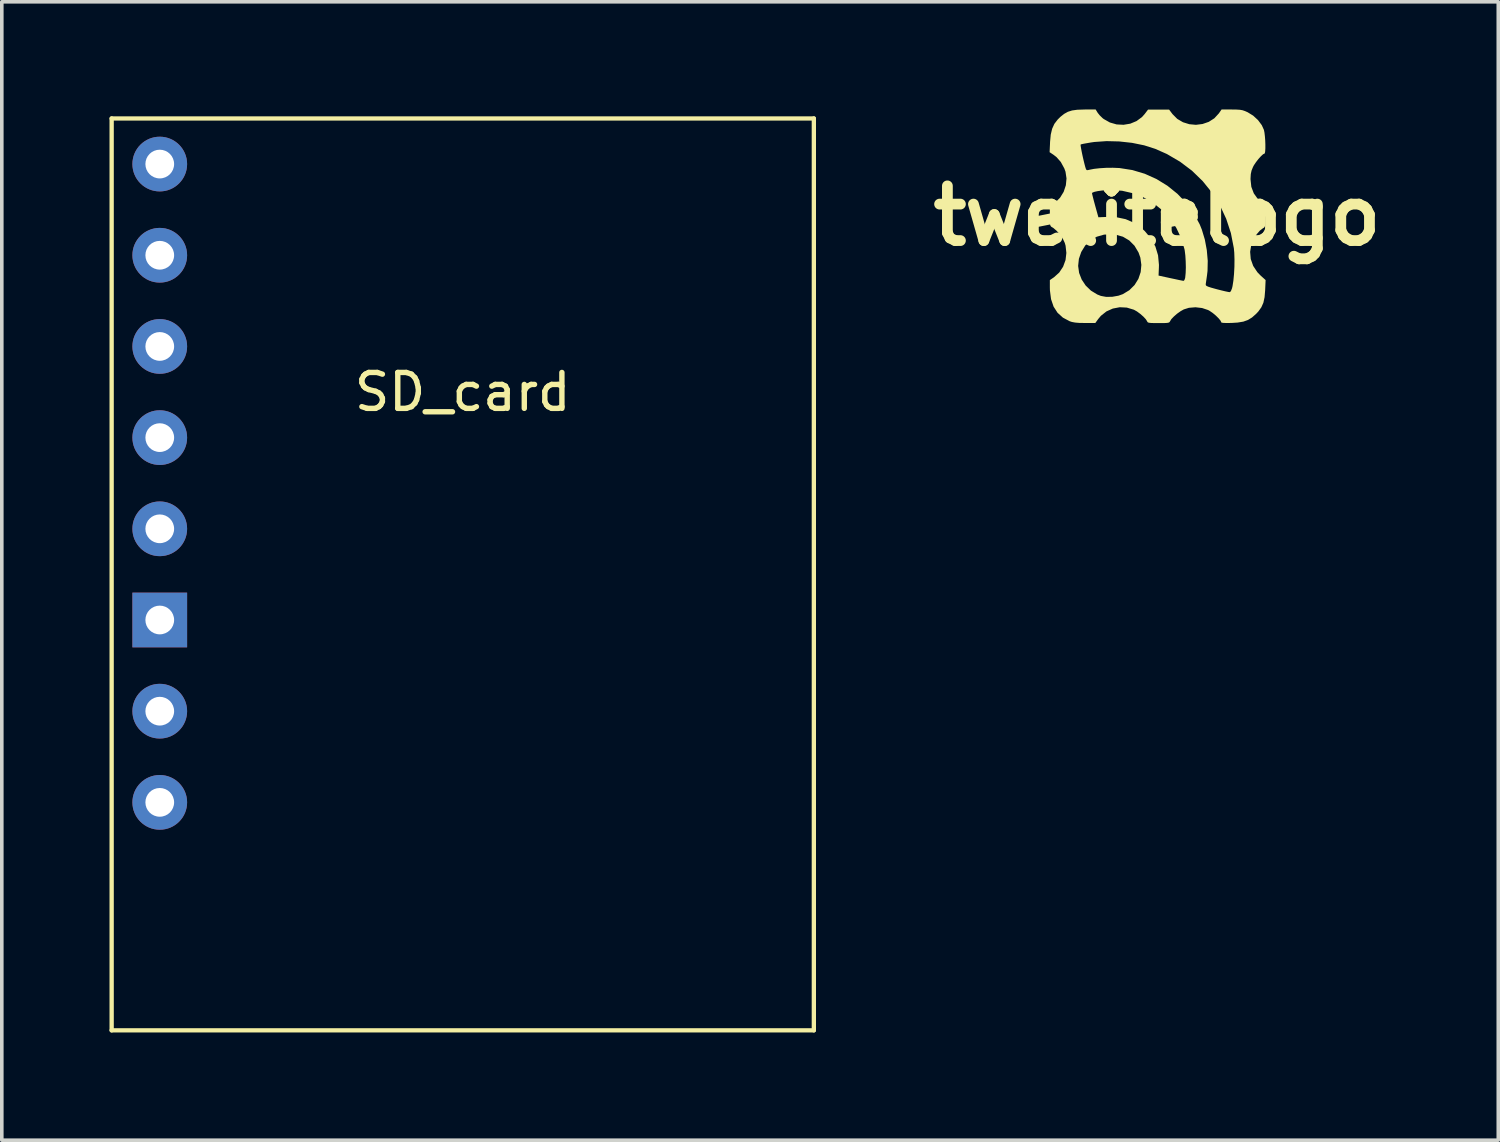
<source format=kicad_pcb>
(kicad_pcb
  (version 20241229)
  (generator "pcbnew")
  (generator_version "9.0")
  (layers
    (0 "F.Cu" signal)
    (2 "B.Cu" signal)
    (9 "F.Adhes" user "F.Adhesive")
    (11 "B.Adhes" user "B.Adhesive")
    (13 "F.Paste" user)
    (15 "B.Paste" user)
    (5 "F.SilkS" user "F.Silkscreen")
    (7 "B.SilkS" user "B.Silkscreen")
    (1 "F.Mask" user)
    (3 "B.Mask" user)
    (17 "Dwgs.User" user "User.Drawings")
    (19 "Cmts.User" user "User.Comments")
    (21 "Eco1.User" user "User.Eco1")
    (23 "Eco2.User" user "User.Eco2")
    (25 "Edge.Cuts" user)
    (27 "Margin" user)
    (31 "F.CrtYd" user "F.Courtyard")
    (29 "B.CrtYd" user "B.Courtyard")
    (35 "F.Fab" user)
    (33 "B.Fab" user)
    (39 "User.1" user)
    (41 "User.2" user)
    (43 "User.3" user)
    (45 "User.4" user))
  (footprint "SD_card"
    (layer "F.Cu")
    (at 9.84 0.25)
    (property "Reference" "SD_card" (at 0 7.62 0) (layer "F.SilkS") (effects (font (size 1 1) (thickness 0.15))))
    (attr through_hole)
    (fp_line (start -9.78 0) (end -9.78 25.4) (stroke (width 0.12) (type solid)) (layer "F.SilkS"))
    (fp_line (start -9.78 25.4) (end 9.78 25.4) (stroke (width 0.12) (type solid)) (layer "F.SilkS"))
    (fp_line (start 9.78 0) (end -9.78 0) (stroke (width 0.12) (type solid)) (layer "F.SilkS"))
    (fp_line (start 9.78 25.4) (end 9.78 0) (stroke (width 0.12) (type solid)) (layer "F.SilkS"))
    (pad "1" thru_hole circle (at -8.44 1.27) (size 1.524 1.524) (drill 0.8) (layers "*.Cu" "*.Mask"))
    (pad "2" thru_hole circle (at -8.44 3.81) (size 1.524 1.524) (drill 0.8) (layers "*.Cu" "*.Mask"))
    (pad "3" thru_hole circle (at -8.44 6.35) (size 1.524 1.524) (drill 0.8) (layers "*.Cu" "*.Mask"))
    (pad "4" thru_hole circle (at -8.44 8.89) (size 1.524 1.524) (drill 0.8) (layers "*.Cu" "*.Mask"))
    (pad "5" thru_hole circle (at -8.44 11.43) (size 1.524 1.524) (drill 0.8) (layers "*.Cu" "*.Mask"))
    (pad "6" thru_hole rect (at -8.44 13.97) (size 1.524 1.524) (drill 0.8) (layers "*.Cu" "*.Mask"))
    (pad "7" thru_hole circle (at -8.44 16.51) (size 1.524 1.524) (drill 0.8) (layers "*.Cu" "*.Mask"))
    (pad "8" thru_hole circle (at -8.44 19.05) (size 1.524 1.524) (drill 0.8) (layers "*.Cu" "*.Mask")))
  (footprint "twelitelogo"
    (layer "F.Cu")
    (at 29.182 2.962)
    (property "Reference" "twelitelogo" (at 0 0 0) (layer "F.SilkS") (effects (font (size 1.524 1.524) (thickness 0.3))))
    (attr board_only exclude_from_pos_files exclude_from_bom)
    (fp_poly (pts (xy -1.655 -2.869) (xy -1.597 -2.797) (xy -1.52 -2.722) (xy -1.488 -2.697) (xy -1.316 -2.6) (xy -1.128 -2.546) (xy -0.936 -2.536) (xy -0.748 -2.567) (xy -0.574 -2.639) (xy -0.422 -2.751) (xy -0.349 -2.833) (xy -0.253 -2.959) (xy 0.334 -2.959) (xy 0.429 -2.833) (xy 0.561 -2.7) (xy 0.72 -2.607) (xy 0.897 -2.552) (xy 1.081 -2.535) (xy 1.265 -2.558) (xy 1.439 -2.618) (xy 1.594 -2.717) (xy 1.72 -2.854) (xy 1.722 -2.857) (xy 1.795 -2.962) (xy 2.078 -2.962) (xy 2.211 -2.96) (xy 2.306 -2.954) (xy 2.381 -2.941) (xy 2.45 -2.917) (xy 2.522 -2.885) (xy 2.675 -2.791) (xy 2.81 -2.667) (xy 2.915 -2.526) (xy 2.975 -2.394) (xy 2.99 -2.319) (xy 3.002 -2.218) (xy 3.011 -2.103) (xy 3.015 -1.987) (xy 3.015 -1.88) (xy 3.01 -1.795) (xy 3 -1.744) (xy 2.991 -1.734) (xy 2.95 -1.714) (xy 2.891 -1.659) (xy 2.822 -1.583) (xy 2.754 -1.495) (xy 2.696 -1.409) (xy 2.671 -1.361) (xy 2.63 -1.26) (xy 2.609 -1.162) (xy 2.602 -1.04) (xy 2.602 -1.014) (xy 2.624 -0.808) (xy 2.693 -0.626) (xy 2.81 -0.462) (xy 2.883 -0.391) (xy 3.015 -0.272) (xy 3.015 0.02) (xy 3.014 0.148) (xy 3.012 0.233) (xy 3.004 0.286) (xy 2.99 0.317) (xy 2.966 0.337) (xy 2.944 0.349) (xy 2.861 0.413) (xy 2.775 0.512) (xy 2.697 0.631) (xy 2.639 0.753) (xy 2.625 0.794) (xy 2.591 1.002) (xy 2.608 1.204) (xy 2.676 1.395) (xy 2.792 1.57) (xy 2.883 1.664) (xy 3.022 1.789) (xy 3.009 2.075) (xy 2.993 2.266) (xy 2.96 2.42) (xy 2.903 2.548) (xy 2.819 2.665) (xy 2.757 2.731) (xy 2.644 2.831) (xy 2.53 2.901) (xy 2.401 2.947) (xy 2.244 2.973) (xy 2.088 2.983) (xy 1.953 2.986) (xy 1.854 2.983) (xy 1.798 2.976) (xy 1.788 2.968) (xy 1.767 2.921) (xy 1.713 2.855) (xy 1.637 2.78) (xy 1.55 2.707) (xy 1.462 2.647) (xy 1.42 2.624) (xy 1.252 2.568) (xy 1.068 2.547) (xy 0.886 2.562) (xy 0.742 2.607) (xy 0.652 2.658) (xy 0.555 2.727) (xy 0.466 2.805) (xy 0.396 2.878) (xy 0.36 2.937) (xy 0.359 2.937) (xy 0.348 2.959) (xy 0.323 2.974) (xy 0.277 2.983) (xy 0.198 2.987) (xy 0.078 2.988) (xy 0.04 2.988) (xy -0.092 2.987) (xy -0.18 2.984) (xy -0.234 2.977) (xy -0.263 2.964) (xy -0.277 2.944) (xy -0.279 2.937) (xy -0.315 2.88) (xy -0.382 2.808) (xy -0.469 2.732) (xy -0.561 2.664) (xy -0.646 2.616) (xy -0.649 2.615) (xy -0.844 2.556) (xy -1.041 2.546) (xy -1.234 2.583) (xy -1.411 2.662) (xy -1.565 2.784) (xy -1.64 2.873) (xy -1.721 2.985) (xy -2.014 2.985) (xy -2.169 2.983) (xy -2.285 2.973) (xy -2.375 2.956) (xy -2.436 2.936) (xy -2.624 2.836) (xy -2.774 2.7) (xy -2.884 2.529) (xy -2.955 2.321) (xy -2.986 2.077) (xy -2.988 1.997) (xy -2.988 1.79) (xy -2.873 1.711) (xy -2.727 1.58) (xy -2.619 1.417) (xy -2.611 1.395) (xy -2.2 1.395) (xy -2.173 1.59) (xy -2.101 1.775) (xy -1.99 1.942) (xy -1.844 2.083) (xy -1.667 2.191) (xy -1.566 2.231) (xy -1.418 2.258) (xy -1.249 2.255) (xy -1.078 2.225) (xy -0.954 2.181) (xy -0.773 2.071) (xy -0.628 1.927) (xy -0.522 1.756) (xy -0.458 1.567) (xy -0.439 1.367) (xy -0.467 1.164) (xy -0.518 1.021) (xy -0.63 0.833) (xy -0.776 0.686) (xy -0.952 0.582) (xy -1.156 0.524) (xy -1.257 0.513) (xy -1.48 0.524) (xy -1.682 0.582) (xy -1.857 0.684) (xy -2.003 0.827) (xy -2.113 1.006) (xy -2.179 1.197) (xy -2.2 1.395) (xy -2.611 1.395) (xy -2.551 1.232) (xy -2.528 1.034) (xy -2.55 0.832) (xy -2.572 0.755) (xy -2.624 0.644) (xy -2.704 0.526) (xy -2.797 0.419) (xy -2.89 0.339) (xy -2.918 0.322) (xy -2.95 0.303) (xy -2.97 0.278) (xy -2.982 0.238) (xy -2.987 0.171) (xy -2.988 0.065) (xy -2.988 0.016) (xy -2.988 -0.253) (xy -2.844 -0.365) (xy -2.705 -0.503) (xy -2.626 -0.631) (xy -1.814 -0.631) (xy -1.807 -0.595) (xy -1.788 -0.518) (xy -1.761 -0.412) (xy -1.727 -0.288) (xy -1.725 -0.28) (xy -1.636 0.04) (xy -1.409 0.031) (xy -1.129 0.04) (xy -0.877 0.093) (xy -0.649 0.191) (xy -0.44 0.336) (xy -0.344 0.425) (xy -0.171 0.631) (xy -0.048 0.856) (xy 0.026 1.1) (xy 0.051 1.366) (xy 0.049 1.446) (xy 0.04 1.664) (xy 0.374 1.737) (xy 0.502 1.764) (xy 0.612 1.788) (xy 0.694 1.804) (xy 0.735 1.812) (xy 0.737 1.812) (xy 0.76 1.79) (xy 0.78 1.733) (xy 0.783 1.714) (xy 0.795 1.592) (xy 0.8 1.437) (xy 0.796 1.268) (xy 0.786 1.105) (xy 0.769 0.967) (xy 0.762 0.93) (xy 0.67 0.621) (xy 0.533 0.334) (xy 0.356 0.074) (xy 0.143 -0.156) (xy -0.102 -0.353) (xy -0.372 -0.511) (xy -0.664 -0.627) (xy -0.974 -0.698) (xy -1.271 -0.72) (xy -1.404 -0.716) (xy -1.535 -0.705) (xy -1.651 -0.689) (xy -1.744 -0.669) (xy -1.801 -0.647) (xy -1.814 -0.631) (xy -2.626 -0.631) (xy -2.603 -0.669) (xy -2.542 -0.852) (xy -2.524 -1.042) (xy -2.552 -1.229) (xy -2.585 -1.32) (xy -2.683 -1.5) (xy -2.803 -1.636) (xy -2.887 -1.701) (xy -2.995 -1.773) (xy -2.985 -1.986) (xy -2.131 -1.986) (xy -2.131 -1.957) (xy -2.12 -1.887) (xy -2.101 -1.787) (xy -2.077 -1.671) (xy -2.049 -1.548) (xy -2.02 -1.43) (xy -2 -1.356) (xy -1.98 -1.294) (xy -1.954 -1.271) (xy -1.905 -1.278) (xy -1.882 -1.284) (xy -1.759 -1.308) (xy -1.599 -1.326) (xy -1.42 -1.337) (xy -1.236 -1.339) (xy -1.066 -1.332) (xy -1.047 -1.331) (xy -0.69 -1.275) (xy -0.345 -1.172) (xy -0.018 -1.025) (xy 0.288 -0.837) (xy 0.566 -0.613) (xy 0.812 -0.357) (xy 1.021 -0.072) (xy 1.187 0.239) (xy 1.246 0.385) (xy 1.329 0.661) (xy 1.384 0.956) (xy 1.41 1.253) (xy 1.404 1.535) (xy 1.39 1.654) (xy 1.375 1.759) (xy 1.362 1.848) (xy 1.354 1.904) (xy 1.354 1.908) (xy 1.357 1.932) (xy 1.377 1.953) (xy 1.423 1.974) (xy 1.502 2) (xy 1.624 2.034) (xy 1.668 2.046) (xy 1.794 2.078) (xy 1.903 2.104) (xy 1.984 2.121) (xy 2.026 2.126) (xy 2.027 2.126) (xy 2.056 2.096) (xy 2.086 2.019) (xy 2.1 1.961) (xy 2.124 1.809) (xy 2.142 1.622) (xy 2.153 1.417) (xy 2.155 1.213) (xy 2.149 1.027) (xy 2.137 0.901) (xy 2.055 0.481) (xy 1.924 0.082) (xy 1.748 -0.295) (xy 1.529 -0.646) (xy 1.269 -0.967) (xy 0.972 -1.256) (xy 0.638 -1.508) (xy 0.272 -1.722) (xy -0.053 -1.866) (xy -0.361 -1.964) (xy -0.699 -2.033) (xy -1.054 -2.072) (xy -1.409 -2.081) (xy -1.75 -2.057) (xy -1.84 -2.044) (xy -1.956 -2.024) (xy -2.051 -2.007) (xy -2.113 -1.993) (xy -2.131 -1.986) (xy -2.985 -1.986) (xy -2.982 -2.06) (xy -2.963 -2.263) (xy -2.924 -2.426) (xy -2.862 -2.562) (xy -2.769 -2.683) (xy -2.693 -2.758) (xy -2.59 -2.84) (xy -2.486 -2.898) (xy -2.369 -2.935) (xy -2.225 -2.955) (xy -2.043 -2.961) (xy -2.012 -2.962) (xy -1.712 -2.962)) (stroke (width 0) (type solid)) (fill yes) (layer "F.SilkS")))
  (gr_rect
    (start -3 -3)
    (end 38.685 28.71)
    (stroke (width 0.1) (type default))
    (fill no)
    (layer "Edge.Cuts")))
</source>
